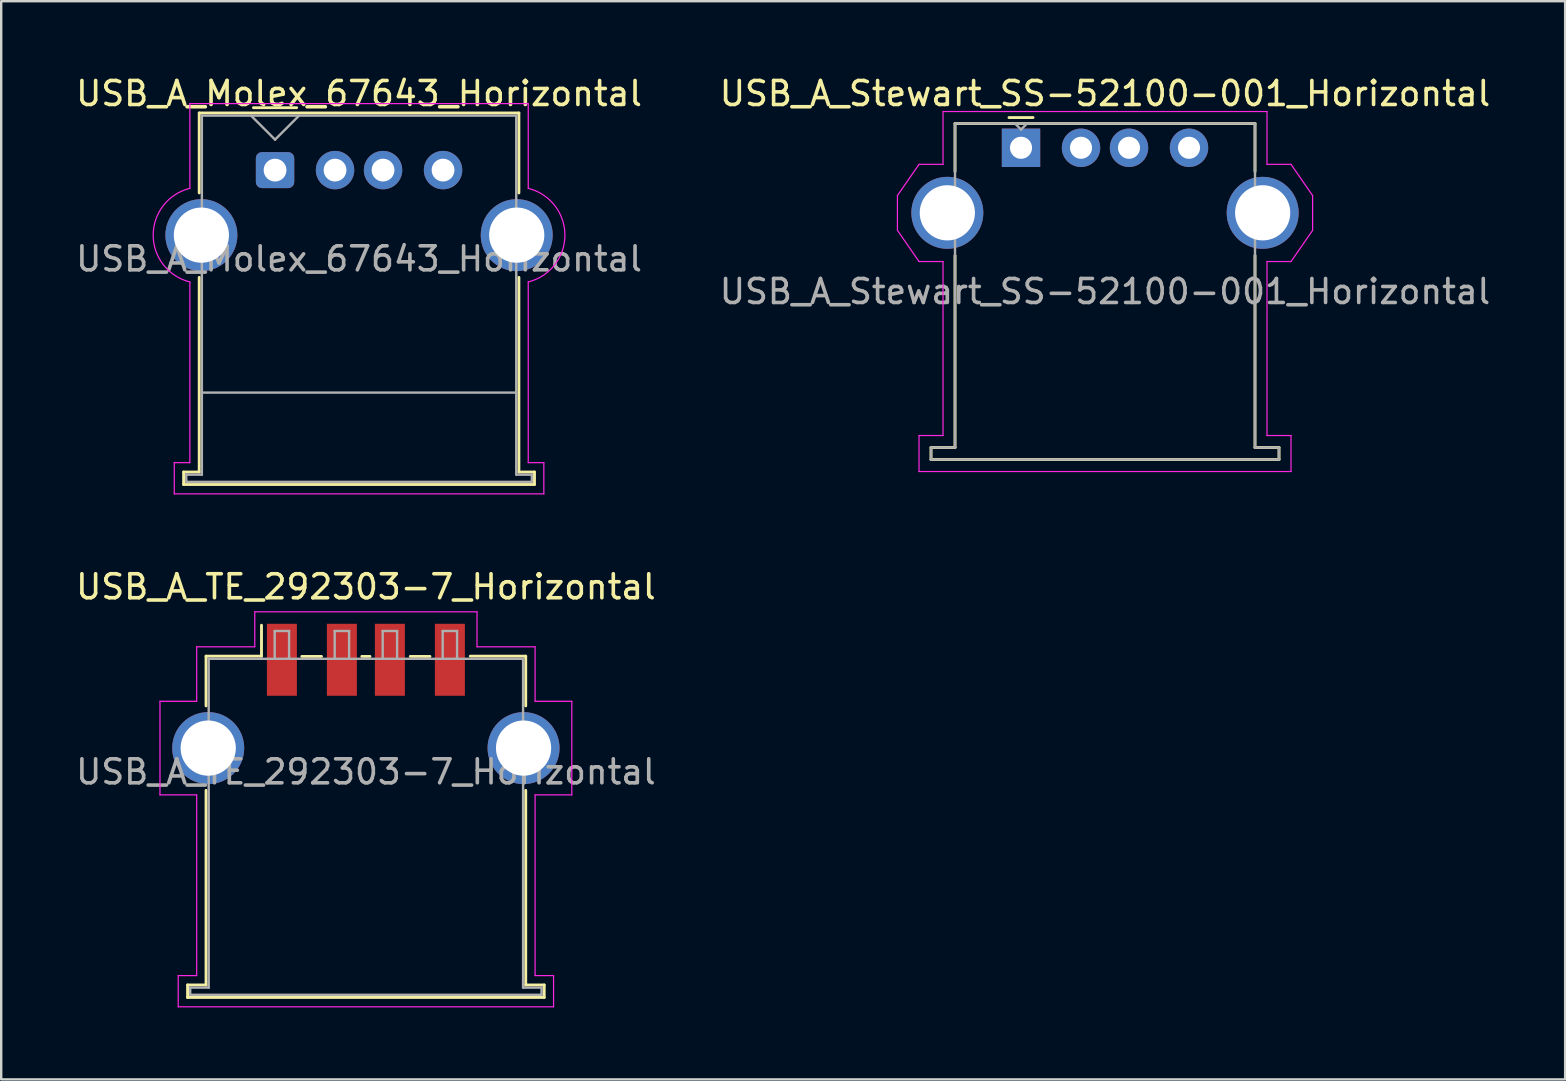
<source format=kicad_pcb>
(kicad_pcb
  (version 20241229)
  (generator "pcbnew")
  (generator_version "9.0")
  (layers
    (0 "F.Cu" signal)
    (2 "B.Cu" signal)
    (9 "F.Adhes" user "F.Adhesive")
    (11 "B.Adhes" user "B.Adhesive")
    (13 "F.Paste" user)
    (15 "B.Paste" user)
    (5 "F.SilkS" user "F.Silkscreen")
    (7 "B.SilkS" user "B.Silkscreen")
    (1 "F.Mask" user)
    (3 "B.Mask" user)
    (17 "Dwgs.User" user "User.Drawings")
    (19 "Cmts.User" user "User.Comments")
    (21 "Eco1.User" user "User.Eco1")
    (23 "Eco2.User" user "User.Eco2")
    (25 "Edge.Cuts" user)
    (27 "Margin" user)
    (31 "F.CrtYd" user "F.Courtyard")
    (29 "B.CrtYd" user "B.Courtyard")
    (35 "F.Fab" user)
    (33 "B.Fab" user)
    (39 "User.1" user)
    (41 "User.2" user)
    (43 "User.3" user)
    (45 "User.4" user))
  (footprint "USB_A_Molex_67643_Horizontal"
    (layer "F.Cu")
    (at 8.411 4.038)
    (property "Reference" "USB_A_Molex_67643_Horizontal" (at 3.5 -3.19 0) (layer "F.SilkS") (effects (font (size 1 1) (thickness 0.15))))
    (attr through_hole)
    (fp_line (start -3.81 12.58) (end -3.81 13.1) (stroke (width 0.12) (type solid)) (layer "F.SilkS"))
    (fp_line (start -3.81 13.1) (end 10.81 13.1) (stroke (width 0.12) (type solid)) (layer "F.SilkS"))
    (fp_line (start -3.16 -2.38) (end -3.16 0.95) (stroke (width 0.12) (type solid)) (layer "F.SilkS"))
    (fp_line (start -3.16 -2.38) (end 10.16 -2.38) (stroke (width 0.12) (type solid)) (layer "F.SilkS"))
    (fp_line (start -3.16 12.58) (end -3.81 12.58) (stroke (width 0.12) (type solid)) (layer "F.SilkS"))
    (fp_line (start -3.16 12.58) (end -3.16 4.47) (stroke (width 0.12) (type solid)) (layer "F.SilkS"))
    (fp_line (start -0.9 -2.6) (end 0.9 -2.6) (stroke (width 0.12) (type solid)) (layer "F.SilkS"))
    (fp_line (start 10.16 -2.38) (end 10.16 0.95) (stroke (width 0.12) (type solid)) (layer "F.SilkS"))
    (fp_line (start 10.16 4.47) (end 10.16 12.58) (stroke (width 0.12) (type solid)) (layer "F.SilkS"))
    (fp_line (start 10.81 12.58) (end 10.16 12.58) (stroke (width 0.12) (type solid)) (layer "F.SilkS"))
    (fp_line (start 10.81 13.1) (end 10.81 12.58) (stroke (width 0.12) (type solid)) (layer "F.SilkS"))
    (fp_line (start -4.2 12.19) (end -3.55 12.19) (stroke (width 0.05) (type solid)) (layer "F.CrtYd"))
    (fp_line (start -4.2 13.49) (end -4.2 12.19) (stroke (width 0.05) (type solid)) (layer "F.CrtYd"))
    (fp_line (start -4.2 13.49) (end 11.2 13.49) (stroke (width 0.05) (type solid)) (layer "F.CrtYd"))
    (fp_line (start -3.55 -2.77) (end -3.55 0.76) (stroke (width 0.05) (type solid)) (layer "F.CrtYd"))
    (fp_line (start -3.55 -2.77) (end 10.55 -2.77) (stroke (width 0.05) (type solid)) (layer "F.CrtYd"))
    (fp_line (start -3.55 12.19) (end -3.55 4.66) (stroke (width 0.05) (type solid)) (layer "F.CrtYd"))
    (fp_line (start 10.55 -2.77) (end 10.55 0.76) (stroke (width 0.05) (type solid)) (layer "F.CrtYd"))
    (fp_line (start 10.55 12.19) (end 10.55 4.66) (stroke (width 0.05) (type solid)) (layer "F.CrtYd"))
    (fp_line (start 11.2 12.19) (end 10.55 12.19) (stroke (width 0.05) (type solid)) (layer "F.CrtYd"))
    (fp_line (start 11.2 13.49) (end 11.2 12.19) (stroke (width 0.05) (type solid)) (layer "F.CrtYd"))
    (fp_arc (start -3.55 4.66) (mid -5.078208 2.71) (end -3.55 0.76) (stroke (width 0.05) (type solid)) (layer "F.CrtYd"))
    (fp_arc (start 10.55 0.76) (mid 12.078208 2.71) (end 10.55 4.66) (stroke (width 0.05) (type solid)) (layer "F.CrtYd"))
    (fp_line (start -3.7 12.69) (end -3.7 12.99) (stroke (width 0.1) (type solid)) (layer "F.Fab"))
    (fp_line (start -3.7 12.99) (end 10.7 12.99) (stroke (width 0.1) (type solid)) (layer "F.Fab"))
    (fp_line (start -3.05 -2.27) (end 10.05 -2.27) (stroke (width 0.1) (type solid)) (layer "F.Fab"))
    (fp_line (start -3.05 9.27) (end 10.05 9.27) (stroke (width 0.1) (type solid)) (layer "F.Fab"))
    (fp_line (start -3.05 12.69) (end -3.7 12.69) (stroke (width 0.1) (type solid)) (layer "F.Fab"))
    (fp_line (start -3.05 12.69) (end -3.05 -2.27) (stroke (width 0.1) (type solid)) (layer "F.Fab"))
    (fp_line (start -1 -2.27) (end 0 -1.27) (stroke (width 0.1) (type solid)) (layer "F.Fab"))
    (fp_line (start 0 -1.27) (end 1 -2.27) (stroke (width 0.1) (type solid)) (layer "F.Fab"))
    (fp_line (start 10.05 -2.27) (end 10.05 12.69) (stroke (width 0.1) (type solid)) (layer "F.Fab"))
    (fp_line (start 10.7 12.69) (end 10.05 12.69) (stroke (width 0.1) (type solid)) (layer "F.Fab"))
    (fp_line (start 10.7 12.99) (end 10.7 12.69) (stroke (width 0.1) (type solid)) (layer "F.Fab"))
    (fp_text user "${REFERENCE}" (at 3.5 3.7 0) (layer "F.Fab") (effects (font (size 1 1) (thickness 0.15))))
    (pad "1" thru_hole roundrect (at 0 0) (size 1.6 1.5) (drill 0.95) (layers "*.Cu" "*.Mask") (roundrect_rratio 0.167))
    (pad "2" thru_hole circle (at 2.5 0) (size 1.6 1.6) (drill 0.95) (layers "*.Cu" "*.Mask"))
    (pad "3" thru_hole circle (at 4.5 0) (size 1.6 1.6) (drill 0.95) (layers "*.Cu" "*.Mask"))
    (pad "4" thru_hole circle (at 7 0) (size 1.6 1.6) (drill 0.95) (layers "*.Cu" "*.Mask"))
    (pad "SH" thru_hole circle (at -3.07 2.71) (size 3 3) (drill 2.3) (layers "*.Cu" "*.Mask"))
    (pad "SH" thru_hole circle (at 10.07 2.71) (size 3 3) (drill 2.3) (layers "*.Cu" "*.Mask")))
  (footprint "USB_A_TE_292303-7_Horizontal"
    (layer "F.Cu")
    (at 12.196 30.822)
    (property "Reference" "USB_A_TE_292303-7_Horizontal" (at 0 -9.42 0) (layer "F.SilkS") (effects (font (size 1 1) (thickness 0.15))))
    (attr smd)
    (fp_line (start -7.43 7.17) (end -7.43 7.69) (stroke (width 0.12) (type solid)) (layer "F.SilkS"))
    (fp_line (start -7.43 7.69) (end 7.43 7.69) (stroke (width 0.12) (type solid)) (layer "F.SilkS"))
    (fp_line (start -6.66 -6.53) (end -6.66 -4.46) (stroke (width 0.12) (type solid)) (layer "F.SilkS"))
    (fp_line (start -6.66 -6.53) (end -4.35 -6.53) (stroke (width 0.12) (type solid)) (layer "F.SilkS"))
    (fp_line (start -6.66 7.17) (end -7.43 7.17) (stroke (width 0.12) (type solid)) (layer "F.SilkS"))
    (fp_line (start -6.66 7.17) (end -6.66 -0.94) (stroke (width 0.12) (type solid)) (layer "F.SilkS"))
    (fp_line (start -4.35 -7.82) (end -4.35 -6.53) (stroke (width 0.12) (type solid)) (layer "F.SilkS"))
    (fp_line (start -2.67 -6.52) (end -1.85 -6.52) (stroke (width 0.12) (type solid)) (layer "F.SilkS"))
    (fp_line (start -0.17 -6.52) (end 0.17 -6.52) (stroke (width 0.12) (type solid)) (layer "F.SilkS"))
    (fp_line (start 1.85 -6.52) (end 2.67 -6.52) (stroke (width 0.12) (type solid)) (layer "F.SilkS"))
    (fp_line (start 4.35 -6.53) (end 6.66 -6.53) (stroke (width 0.12) (type solid)) (layer "F.SilkS"))
    (fp_line (start 6.66 -6.53) (end 6.66 -4.46) (stroke (width 0.12) (type solid)) (layer "F.SilkS"))
    (fp_line (start 6.66 -0.94) (end 6.66 7.17) (stroke (width 0.12) (type solid)) (layer "F.SilkS"))
    (fp_line (start 7.43 7.17) (end 6.66 7.17) (stroke (width 0.12) (type solid)) (layer "F.SilkS"))
    (fp_line (start 7.43 7.69) (end 7.43 7.17) (stroke (width 0.12) (type solid)) (layer "F.SilkS"))
    (fp_line (start -8.58 -4.65) (end -8.58 -0.75) (stroke (width 0.05) (type solid)) (layer "F.CrtYd"))
    (fp_line (start -7.82 6.78) (end -7.05 6.78) (stroke (width 0.05) (type solid)) (layer "F.CrtYd"))
    (fp_line (start -7.82 8.08) (end -7.82 6.78) (stroke (width 0.05) (type solid)) (layer "F.CrtYd"))
    (fp_line (start -7.82 8.08) (end 7.82 8.08) (stroke (width 0.05) (type solid)) (layer "F.CrtYd"))
    (fp_line (start -7.05 -6.92) (end -7.05 -4.65) (stroke (width 0.05) (type solid)) (layer "F.CrtYd"))
    (fp_line (start -7.05 -6.92) (end -4.63 -6.92) (stroke (width 0.05) (type solid)) (layer "F.CrtYd"))
    (fp_line (start -7.05 -4.65) (end -8.58 -4.65) (stroke (width 0.05) (type solid)) (layer "F.CrtYd"))
    (fp_line (start -7.05 -0.75) (end -8.58 -0.75) (stroke (width 0.05) (type solid)) (layer "F.CrtYd"))
    (fp_line (start -7.05 6.78) (end -7.05 -0.75) (stroke (width 0.05) (type solid)) (layer "F.CrtYd"))
    (fp_line (start -4.63 -8.38) (end -4.63 -6.92) (stroke (width 0.05) (type solid)) (layer "F.CrtYd"))
    (fp_line (start -4.63 -8.38) (end 4.63 -8.38) (stroke (width 0.05) (type solid)) (layer "F.CrtYd"))
    (fp_line (start 4.63 -8.38) (end 4.63 -6.92) (stroke (width 0.05) (type solid)) (layer "F.CrtYd"))
    (fp_line (start 4.63 -6.92) (end 7.05 -6.92) (stroke (width 0.05) (type solid)) (layer "F.CrtYd"))
    (fp_line (start 7.05 -6.92) (end 7.05 -4.65) (stroke (width 0.05) (type solid)) (layer "F.CrtYd"))
    (fp_line (start 7.05 6.78) (end 7.05 -0.75) (stroke (width 0.05) (type solid)) (layer "F.CrtYd"))
    (fp_line (start 7.82 6.78) (end 7.05 6.78) (stroke (width 0.05) (type solid)) (layer "F.CrtYd"))
    (fp_line (start 7.82 8.08) (end 7.82 6.78) (stroke (width 0.05) (type solid)) (layer "F.CrtYd"))
    (fp_line (start 8.58 -4.65) (end 7.05 -4.65) (stroke (width 0.05) (type solid)) (layer "F.CrtYd"))
    (fp_line (start 8.58 -4.65) (end 8.58 -0.75) (stroke (width 0.05) (type solid)) (layer "F.CrtYd"))
    (fp_line (start 8.58 -0.75) (end 7.05 -0.75) (stroke (width 0.05) (type solid)) (layer "F.CrtYd"))
    (fp_line (start -7.32 7.28) (end -7.32 7.58) (stroke (width 0.1) (type solid)) (layer "F.Fab"))
    (fp_line (start -7.32 7.58) (end 7.32 7.58) (stroke (width 0.1) (type solid)) (layer "F.Fab"))
    (fp_line (start -6.55 -6.42) (end 6.55 -6.42) (stroke (width 0.1) (type solid)) (layer "F.Fab"))
    (fp_line (start -6.55 7.28) (end -7.32 7.28) (stroke (width 0.1) (type solid)) (layer "F.Fab"))
    (fp_line (start -6.55 7.28) (end -6.55 -6.42) (stroke (width 0.1) (type solid)) (layer "F.Fab"))
    (fp_line (start -3.8 -7.58) (end -3.8 -6.42) (stroke (width 0.1) (type solid)) (layer "F.Fab"))
    (fp_line (start -3.8 -7.58) (end -3.2 -7.58) (stroke (width 0.1) (type solid)) (layer "F.Fab"))
    (fp_line (start -3.2 -7.58) (end -3.2 -6.42) (stroke (width 0.1) (type solid)) (layer "F.Fab"))
    (fp_line (start -1.3 -7.58) (end -1.3 -6.42) (stroke (width 0.1) (type solid)) (layer "F.Fab"))
    (fp_line (start -1.3 -7.58) (end -0.7 -7.58) (stroke (width 0.1) (type solid)) (layer "F.Fab"))
    (fp_line (start -0.7 -7.58) (end -0.7 -6.42) (stroke (width 0.1) (type solid)) (layer "F.Fab"))
    (fp_line (start 0.7 -7.58) (end 0.7 -6.42) (stroke (width 0.1) (type solid)) (layer "F.Fab"))
    (fp_line (start 0.7 -7.58) (end 1.3 -7.58) (stroke (width 0.1) (type solid)) (layer "F.Fab"))
    (fp_line (start 1.3 -7.58) (end 1.3 -6.42) (stroke (width 0.1) (type solid)) (layer "F.Fab"))
    (fp_line (start 3.2 -7.58) (end 3.2 -6.42) (stroke (width 0.1) (type solid)) (layer "F.Fab"))
    (fp_line (start 3.2 -7.58) (end 3.8 -7.58) (stroke (width 0.1) (type solid)) (layer "F.Fab"))
    (fp_line (start 3.8 -7.58) (end 3.8 -6.42) (stroke (width 0.1) (type solid)) (layer "F.Fab"))
    (fp_line (start 6.55 -6.42) (end 6.55 7.28) (stroke (width 0.1) (type solid)) (layer "F.Fab"))
    (fp_line (start 7.32 7.28) (end 6.55 7.28) (stroke (width 0.1) (type solid)) (layer "F.Fab"))
    (fp_line (start 7.32 7.58) (end 7.32 7.28) (stroke (width 0.1) (type solid)) (layer "F.Fab"))
    (fp_text user "${REFERENCE}" (at 0 -1.71 0) (layer "F.Fab") (effects (font (size 1 1) (thickness 0.15))))
    (pad "1" smd rect (at -3.5 -6.38) (size 1.25 3) (layers "F.Cu" "F.Mask" "F.Paste"))
    (pad "2" smd rect (at -1 -6.38) (size 1.25 3) (layers "F.Cu" "F.Mask" "F.Paste"))
    (pad "3" smd rect (at 1 -6.38) (size 1.25 3) (layers "F.Cu" "F.Mask" "F.Paste"))
    (pad "4" smd rect (at 3.5 -6.38) (size 1.25 3) (layers "F.Cu" "F.Mask" "F.Paste"))
    (pad "5" thru_hole circle (at -6.57 -2.7) (size 3 3) (drill 2.3) (property pad_prop_mechanical) (layers "*.Cu" "*.Mask"))
    (pad "5" thru_hole circle (at 6.57 -2.7) (size 3 3) (drill 2.3) (property pad_prop_mechanical) (layers "*.Cu" "*.Mask")))
  (footprint "USB_A_Stewart_SS-52100-001_Horizontal"
    (layer "F.Cu")
    (at 39.494 3.108)
    (property "Reference" "USB_A_Stewart_SS-52100-001_Horizontal" (at 3.5 -2.26 0) (layer "F.SilkS") (effects (font (size 1 1) (thickness 0.15))))
    (attr through_hole)
    (fp_line (start -3.75 12.49) (end -3.75 12.99) (stroke (width 0.12) (type solid)) (layer "F.SilkS"))
    (fp_line (start -3.75 12.99) (end 10.75 12.99) (stroke (width 0.12) (type solid)) (layer "F.SilkS"))
    (fp_line (start -2.75 -1.01) (end -2.75 0.99) (stroke (width 0.12) (type solid)) (layer "F.SilkS"))
    (fp_line (start -2.75 4.49) (end -2.75 12.49) (stroke (width 0.12) (type solid)) (layer "F.SilkS"))
    (fp_line (start -2.75 12.49) (end -3.75 12.49) (stroke (width 0.12) (type solid)) (layer "F.SilkS"))
    (fp_line (start -0.5 -1.26) (end 0.5 -1.26) (stroke (width 0.12) (type solid)) (layer "F.SilkS"))
    (fp_line (start 9.75 -1.01) (end -2.75 -1.01) (stroke (width 0.12) (type solid)) (layer "F.SilkS"))
    (fp_line (start 9.75 0.99) (end 9.75 -1.01) (stroke (width 0.12) (type solid)) (layer "F.SilkS"))
    (fp_line (start 9.75 12.49) (end 9.75 4.49) (stroke (width 0.12) (type solid)) (layer "F.SilkS"))
    (fp_line (start 10.75 12.49) (end 9.75 12.49) (stroke (width 0.12) (type solid)) (layer "F.SilkS"))
    (fp_line (start 10.75 12.99) (end 10.75 12.49) (stroke (width 0.12) (type solid)) (layer "F.SilkS"))
    (fp_line (start -5.15 1.99) (end -4.25 0.69) (stroke (width 0.05) (type solid)) (layer "F.CrtYd"))
    (fp_line (start -5.15 3.44) (end -5.15 1.99) (stroke (width 0.05) (type solid)) (layer "F.CrtYd"))
    (fp_line (start -5.15 3.44) (end -4.25 4.74) (stroke (width 0.05) (type solid)) (layer "F.CrtYd"))
    (fp_line (start -4.25 11.99) (end -4.25 13.49) (stroke (width 0.05) (type solid)) (layer "F.CrtYd"))
    (fp_line (start -4.25 13.49) (end 11.25 13.49) (stroke (width 0.05) (type solid)) (layer "F.CrtYd"))
    (fp_line (start -3.25 0.69) (end -4.25 0.69) (stroke (width 0.05) (type solid)) (layer "F.CrtYd"))
    (fp_line (start -3.25 0.69) (end -3.25 -1.51) (stroke (width 0.05) (type solid)) (layer "F.CrtYd"))
    (fp_line (start -3.25 4.74) (end -4.25 4.74) (stroke (width 0.05) (type solid)) (layer "F.CrtYd"))
    (fp_line (start -3.25 4.74) (end -3.25 11.99) (stroke (width 0.05) (type solid)) (layer "F.CrtYd"))
    (fp_line (start -3.25 11.99) (end -4.25 11.99) (stroke (width 0.05) (type solid)) (layer "F.CrtYd"))
    (fp_line (start 10.25 -1.51) (end -3.25 -1.51) (stroke (width 0.05) (type solid)) (layer "F.CrtYd"))
    (fp_line (start 10.25 0.69) (end 10.25 -1.51) (stroke (width 0.05) (type solid)) (layer "F.CrtYd"))
    (fp_line (start 10.25 0.69) (end 11.25 0.69) (stroke (width 0.05) (type solid)) (layer "F.CrtYd"))
    (fp_line (start 10.25 4.74) (end 11.25 4.74) (stroke (width 0.05) (type solid)) (layer "F.CrtYd"))
    (fp_line (start 10.25 11.99) (end 10.25 4.74) (stroke (width 0.05) (type solid)) (layer "F.CrtYd"))
    (fp_line (start 11.25 11.99) (end 10.25 11.99) (stroke (width 0.05) (type solid)) (layer "F.CrtYd"))
    (fp_line (start 11.25 13.49) (end 11.25 11.99) (stroke (width 0.05) (type solid)) (layer "F.CrtYd"))
    (fp_line (start 12.15 1.99) (end 11.25 0.69) (stroke (width 0.05) (type solid)) (layer "F.CrtYd"))
    (fp_line (start 12.15 1.99) (end 12.15 3.44) (stroke (width 0.05) (type solid)) (layer "F.CrtYd"))
    (fp_line (start 12.15 3.44) (end 11.25 4.74) (stroke (width 0.05) (type solid)) (layer "F.CrtYd"))
    (fp_line (start -3.75 12.49) (end -2.75 12.49) (stroke (width 0.1) (type solid)) (layer "F.Fab"))
    (fp_line (start -3.75 12.99) (end -3.75 12.49) (stroke (width 0.1) (type solid)) (layer "F.Fab"))
    (fp_line (start -3.75 12.99) (end 10.75 12.99) (stroke (width 0.1) (type solid)) (layer "F.Fab"))
    (fp_line (start -2.75 -1.01) (end 9.75 -1.01) (stroke (width 0.1) (type solid)) (layer "F.Fab"))
    (fp_line (start -2.75 12.49) (end -2.75 -1.01) (stroke (width 0.1) (type solid)) (layer "F.Fab"))
    (fp_line (start -0.25 -1.01) (end 0 -0.76) (stroke (width 0.1) (type solid)) (layer "F.Fab"))
    (fp_line (start 0 -0.76) (end 0.25 -1.01) (stroke (width 0.1) (type solid)) (layer "F.Fab"))
    (fp_line (start 9.75 12.49) (end 9.75 -1.01) (stroke (width 0.1) (type solid)) (layer "F.Fab"))
    (fp_line (start 9.75 12.49) (end 10.75 12.49) (stroke (width 0.1) (type solid)) (layer "F.Fab"))
    (fp_line (start 10.75 12.49) (end 10.75 12.99) (stroke (width 0.1) (type solid)) (layer "F.Fab"))
    (fp_text user "${REFERENCE}" (at 3.5 5.99 0) (layer "F.Fab") (effects (font (size 1 1) (thickness 0.15))))
    (pad "1" thru_hole rect (at 0 0) (size 1.6 1.6) (drill 0.92) (layers "*.Cu" "*.Mask"))
    (pad "2" thru_hole circle (at 2.5 0) (size 1.6 1.6) (drill 0.92) (layers "*.Cu" "*.Mask"))
    (pad "3" thru_hole circle (at 4.5 0) (size 1.6 1.6) (drill 0.92) (layers "*.Cu" "*.Mask"))
    (pad "4" thru_hole circle (at 7 0) (size 1.6 1.6) (drill 0.92) (layers "*.Cu" "*.Mask"))
    (pad "SH" thru_hole circle (at -3.07 2.71) (size 3 3) (drill 2.3) (layers "*.Cu" "*.Mask"))
    (pad "SH" thru_hole circle (at 10.07 2.71) (size 3 3) (drill 2.3) (layers "*.Cu" "*.Mask")))
  (gr_rect
    (start -3 -3)
    (end 62.167 41.926)
    (stroke (width 0.1) (type default))
    (fill no)
    (layer "Edge.Cuts")))
</source>
